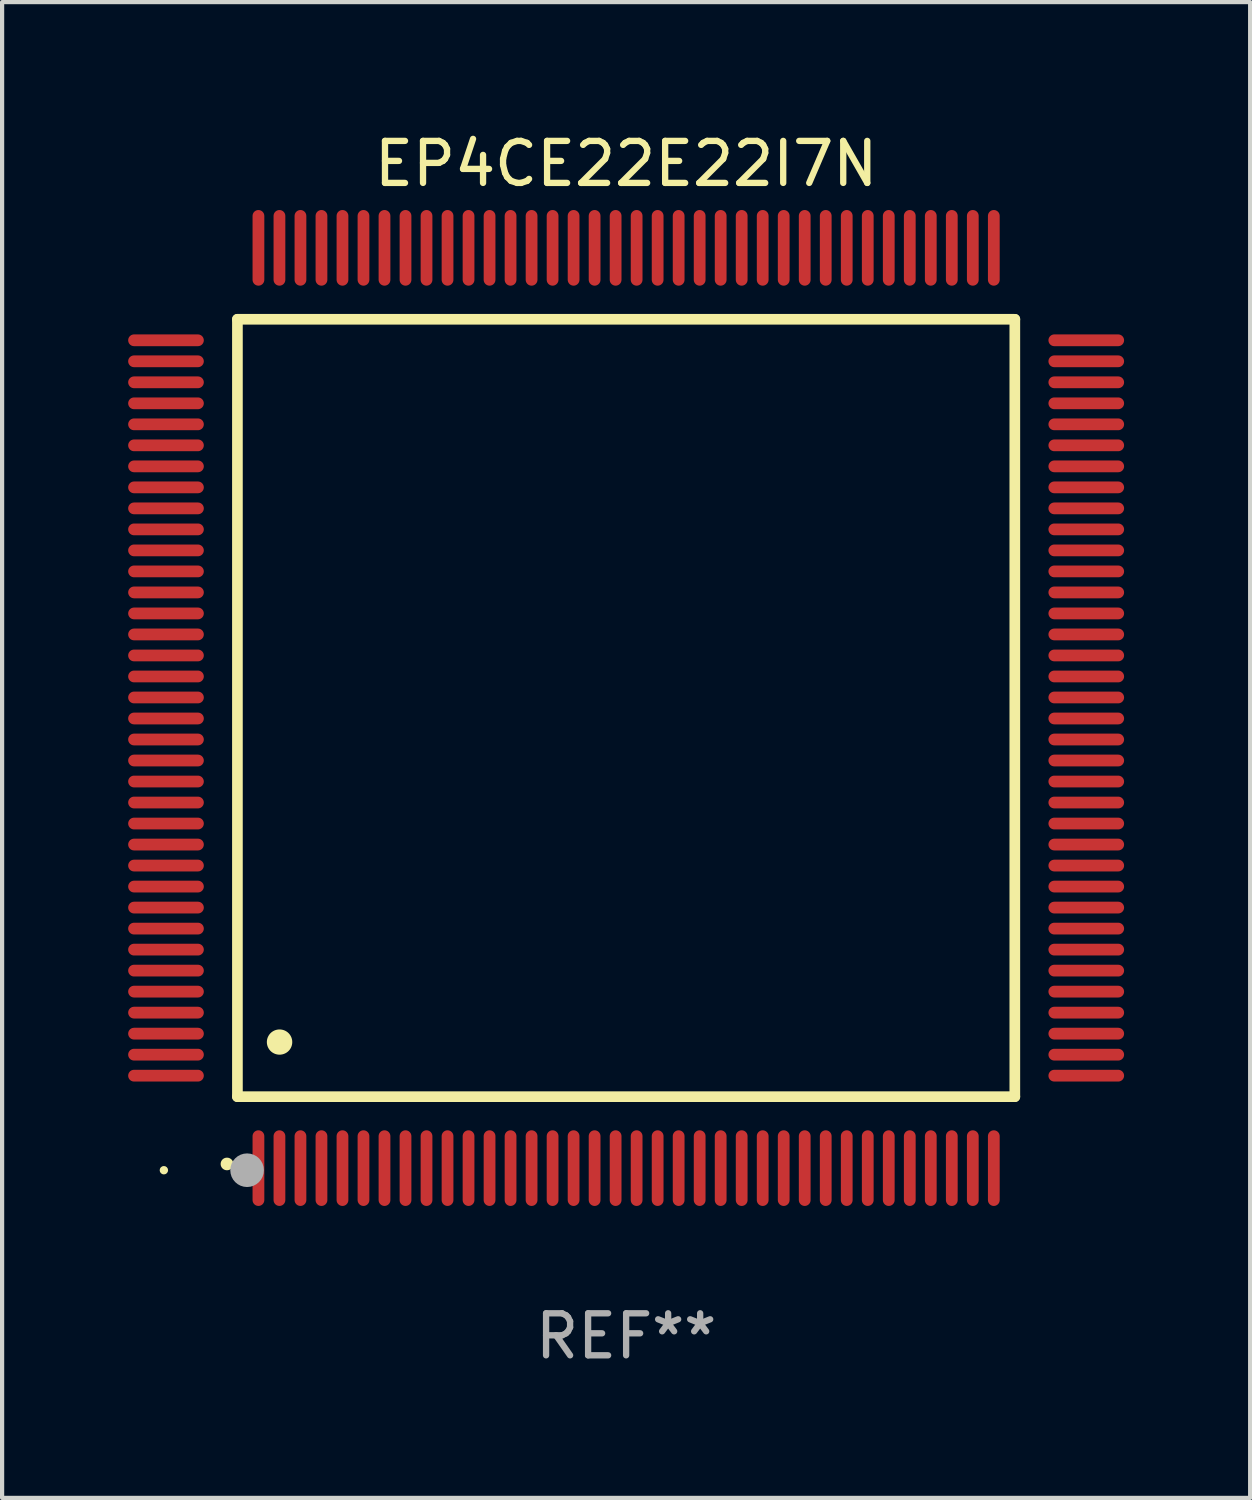
<source format=kicad_pcb>
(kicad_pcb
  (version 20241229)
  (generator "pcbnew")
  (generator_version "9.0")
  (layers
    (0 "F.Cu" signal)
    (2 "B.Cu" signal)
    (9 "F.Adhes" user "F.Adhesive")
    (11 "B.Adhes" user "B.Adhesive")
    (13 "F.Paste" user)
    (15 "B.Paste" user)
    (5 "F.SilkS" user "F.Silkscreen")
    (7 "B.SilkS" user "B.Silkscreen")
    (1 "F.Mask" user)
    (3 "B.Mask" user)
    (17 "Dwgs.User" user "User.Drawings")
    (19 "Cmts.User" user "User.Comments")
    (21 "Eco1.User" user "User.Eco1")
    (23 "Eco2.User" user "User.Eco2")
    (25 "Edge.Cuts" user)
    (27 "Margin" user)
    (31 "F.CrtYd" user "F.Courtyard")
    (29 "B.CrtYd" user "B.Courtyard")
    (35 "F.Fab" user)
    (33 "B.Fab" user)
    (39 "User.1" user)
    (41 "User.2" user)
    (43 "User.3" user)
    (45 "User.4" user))
  (footprint "EP4CE22E22I7N"
    (layer "F.Cu")
    (at 11.85 13.798)
    (property "Reference" "EP4CE22E22I7N" (at 0 -12.95 0) (layer "F.SilkS") (effects (font (size 1 1) (thickness 0.15))))
    (attr through_hole)
    (fp_line (start -9.25 -9.25) (end -9.25 9.25) (stroke (width 0.254) (type solid)) (layer "F.SilkS"))
    (fp_line (start -9.25 9.25) (end 9.25 9.25) (stroke (width 0.254) (type solid)) (layer "F.SilkS"))
    (fp_line (start 9.25 -9.25) (end -9.25 -9.25) (stroke (width 0.254) (type solid)) (layer "F.SilkS"))
    (fp_line (start 9.25 9.25) (end 9.25 -9.25) (stroke (width 0.254) (type solid)) (layer "F.SilkS"))
    (fp_arc (start -9.499619 10.850902) (mid -9.498349 10.850897) (end -9.497079 10.850902) (stroke (width 0.3) (type solid)) (layer "F.SilkS"))
    (fp_arc (start -8.249936 7.950216) (mid -8.247396 7.950205) (end -8.244856 7.950216) (stroke (width 0.6) (type solid)) (layer "F.SilkS"))
    (fp_circle (center -11 11) (end -10.95 11) (stroke (width 0.1) (type solid)) (fill no) (layer "F.SilkS"))
    (fp_circle (center -9.02 11) (end -8.82 11) (stroke (width 0.4) (type solid)) (fill no) (layer "F.Fab"))
    (fp_text user "REF**" (at 0 14.95 0) (layer "F.Fab") (effects (font (size 1 1) (thickness 0.15))))
    (pad "1" smd oval (at -8.75 10.95) (size 0.28 1.8) (layers "F.Cu" "F.Mask" "F.Paste"))
    (pad "2" smd oval (at -8.25 10.95) (size 0.28 1.8) (layers "F.Cu" "F.Mask" "F.Paste"))
    (pad "3" smd oval (at -7.75 10.95) (size 0.28 1.8) (layers "F.Cu" "F.Mask" "F.Paste"))
    (pad "4" smd oval (at -7.25 10.95) (size 0.28 1.8) (layers "F.Cu" "F.Mask" "F.Paste"))
    (pad "5" smd oval (at -6.75 10.95) (size 0.28 1.8) (layers "F.Cu" "F.Mask" "F.Paste"))
    (pad "6" smd oval (at -6.25 10.95) (size 0.28 1.8) (layers "F.Cu" "F.Mask" "F.Paste"))
    (pad "7" smd oval (at -5.75 10.95) (size 0.28 1.8) (layers "F.Cu" "F.Mask" "F.Paste"))
    (pad "8" smd oval (at -5.25 10.95) (size 0.28 1.8) (layers "F.Cu" "F.Mask" "F.Paste"))
    (pad "9" smd oval (at -4.75 10.95) (size 0.28 1.8) (layers "F.Cu" "F.Mask" "F.Paste"))
    (pad "10" smd oval (at -4.25 10.95) (size 0.28 1.8) (layers "F.Cu" "F.Mask" "F.Paste"))
    (pad "11" smd oval (at -3.75 10.95) (size 0.28 1.8) (layers "F.Cu" "F.Mask" "F.Paste"))
    (pad "12" smd oval (at -3.25 10.95) (size 0.28 1.8) (layers "F.Cu" "F.Mask" "F.Paste"))
    (pad "13" smd oval (at -2.75 10.95) (size 0.28 1.8) (layers "F.Cu" "F.Mask" "F.Paste"))
    (pad "14" smd oval (at -2.25 10.95) (size 0.28 1.8) (layers "F.Cu" "F.Mask" "F.Paste"))
    (pad "15" smd oval (at -1.75 10.95) (size 0.28 1.8) (layers "F.Cu" "F.Mask" "F.Paste"))
    (pad "16" smd oval (at -1.25 10.95) (size 0.28 1.8) (layers "F.Cu" "F.Mask" "F.Paste"))
    (pad "17" smd oval (at -0.75 10.95) (size 0.28 1.8) (layers "F.Cu" "F.Mask" "F.Paste"))
    (pad "18" smd oval (at -0.25 10.95) (size 0.28 1.8) (layers "F.Cu" "F.Mask" "F.Paste"))
    (pad "19" smd oval (at 0.25 10.95) (size 0.28 1.8) (layers "F.Cu" "F.Mask" "F.Paste"))
    (pad "20" smd oval (at 0.75 10.95) (size 0.28 1.8) (layers "F.Cu" "F.Mask" "F.Paste"))
    (pad "21" smd oval (at 1.25 10.95) (size 0.28 1.8) (layers "F.Cu" "F.Mask" "F.Paste"))
    (pad "22" smd oval (at 1.75 10.95) (size 0.28 1.8) (layers "F.Cu" "F.Mask" "F.Paste"))
    (pad "23" smd oval (at 2.25 10.95) (size 0.28 1.8) (layers "F.Cu" "F.Mask" "F.Paste"))
    (pad "24" smd oval (at 2.75 10.95) (size 0.28 1.8) (layers "F.Cu" "F.Mask" "F.Paste"))
    (pad "25" smd oval (at 3.25 10.95) (size 0.28 1.8) (layers "F.Cu" "F.Mask" "F.Paste"))
    (pad "26" smd oval (at 3.75 10.95) (size 0.28 1.8) (layers "F.Cu" "F.Mask" "F.Paste"))
    (pad "27" smd oval (at 4.25 10.95) (size 0.28 1.8) (layers "F.Cu" "F.Mask" "F.Paste"))
    (pad "28" smd oval (at 4.75 10.95) (size 0.28 1.8) (layers "F.Cu" "F.Mask" "F.Paste"))
    (pad "29" smd oval (at 5.25 10.95) (size 0.28 1.8) (layers "F.Cu" "F.Mask" "F.Paste"))
    (pad "30" smd oval (at 5.75 10.95) (size 0.28 1.8) (layers "F.Cu" "F.Mask" "F.Paste"))
    (pad "31" smd oval (at 6.25 10.95) (size 0.28 1.8) (layers "F.Cu" "F.Mask" "F.Paste"))
    (pad "32" smd oval (at 6.75 10.95) (size 0.28 1.8) (layers "F.Cu" "F.Mask" "F.Paste"))
    (pad "33" smd oval (at 7.25 10.95) (size 0.28 1.8) (layers "F.Cu" "F.Mask" "F.Paste"))
    (pad "34" smd oval (at 7.75 10.95) (size 0.28 1.8) (layers "F.Cu" "F.Mask" "F.Paste"))
    (pad "35" smd oval (at 8.25 10.95) (size 0.28 1.8) (layers "F.Cu" "F.Mask" "F.Paste"))
    (pad "36" smd oval (at 8.75 10.95) (size 0.28 1.8) (layers "F.Cu" "F.Mask" "F.Paste"))
    (pad "37" smd oval (at 10.95 8.75) (size 1.8 0.28) (layers "F.Cu" "F.Mask" "F.Paste"))
    (pad "38" smd oval (at 10.95 8.25) (size 1.8 0.28) (layers "F.Cu" "F.Mask" "F.Paste"))
    (pad "39" smd oval (at 10.95 7.75) (size 1.8 0.28) (layers "F.Cu" "F.Mask" "F.Paste"))
    (pad "40" smd oval (at 10.95 7.25) (size 1.8 0.28) (layers "F.Cu" "F.Mask" "F.Paste"))
    (pad "41" smd oval (at 10.95 6.75) (size 1.8 0.28) (layers "F.Cu" "F.Mask" "F.Paste"))
    (pad "42" smd oval (at 10.95 6.25) (size 1.8 0.28) (layers "F.Cu" "F.Mask" "F.Paste"))
    (pad "43" smd oval (at 10.95 5.75) (size 1.8 0.28) (layers "F.Cu" "F.Mask" "F.Paste"))
    (pad "44" smd oval (at 10.95 5.25) (size 1.8 0.28) (layers "F.Cu" "F.Mask" "F.Paste"))
    (pad "45" smd oval (at 10.95 4.75) (size 1.8 0.28) (layers "F.Cu" "F.Mask" "F.Paste"))
    (pad "46" smd oval (at 10.95 4.25) (size 1.8 0.28) (layers "F.Cu" "F.Mask" "F.Paste"))
    (pad "47" smd oval (at 10.95 3.75) (size 1.8 0.28) (layers "F.Cu" "F.Mask" "F.Paste"))
    (pad "48" smd oval (at 10.95 3.25) (size 1.8 0.28) (layers "F.Cu" "F.Mask" "F.Paste"))
    (pad "49" smd oval (at 10.95 2.75) (size 1.8 0.28) (layers "F.Cu" "F.Mask" "F.Paste"))
    (pad "50" smd oval (at 10.95 2.25) (size 1.8 0.28) (layers "F.Cu" "F.Mask" "F.Paste"))
    (pad "51" smd oval (at 10.95 1.75) (size 1.8 0.28) (layers "F.Cu" "F.Mask" "F.Paste"))
    (pad "52" smd oval (at 10.95 1.25) (size 1.8 0.28) (layers "F.Cu" "F.Mask" "F.Paste"))
    (pad "53" smd oval (at 10.95 0.75) (size 1.8 0.28) (layers "F.Cu" "F.Mask" "F.Paste"))
    (pad "54" smd oval (at 10.95 0.25) (size 1.8 0.28) (layers "F.Cu" "F.Mask" "F.Paste"))
    (pad "55" smd oval (at 10.95 -0.25) (size 1.8 0.28) (layers "F.Cu" "F.Mask" "F.Paste"))
    (pad "56" smd oval (at 10.95 -0.75) (size 1.8 0.28) (layers "F.Cu" "F.Mask" "F.Paste"))
    (pad "57" smd oval (at 10.95 -1.25) (size 1.8 0.28) (layers "F.Cu" "F.Mask" "F.Paste"))
    (pad "58" smd oval (at 10.95 -1.75) (size 1.8 0.28) (layers "F.Cu" "F.Mask" "F.Paste"))
    (pad "59" smd oval (at 10.95 -2.25) (size 1.8 0.28) (layers "F.Cu" "F.Mask" "F.Paste"))
    (pad "60" smd oval (at 10.95 -2.75) (size 1.8 0.28) (layers "F.Cu" "F.Mask" "F.Paste"))
    (pad "61" smd oval (at 10.95 -3.25) (size 1.8 0.28) (layers "F.Cu" "F.Mask" "F.Paste"))
    (pad "62" smd oval (at 10.95 -3.75) (size 1.8 0.28) (layers "F.Cu" "F.Mask" "F.Paste"))
    (pad "63" smd oval (at 10.95 -4.25) (size 1.8 0.28) (layers "F.Cu" "F.Mask" "F.Paste"))
    (pad "64" smd oval (at 10.95 -4.75) (size 1.8 0.28) (layers "F.Cu" "F.Mask" "F.Paste"))
    (pad "65" smd oval (at 10.95 -5.25) (size 1.8 0.28) (layers "F.Cu" "F.Mask" "F.Paste"))
    (pad "66" smd oval (at 10.95 -5.75) (size 1.8 0.28) (layers "F.Cu" "F.Mask" "F.Paste"))
    (pad "67" smd oval (at 10.95 -6.25) (size 1.8 0.28) (layers "F.Cu" "F.Mask" "F.Paste"))
    (pad "68" smd oval (at 10.95 -6.75) (size 1.8 0.28) (layers "F.Cu" "F.Mask" "F.Paste"))
    (pad "69" smd oval (at 10.95 -7.25) (size 1.8 0.28) (layers "F.Cu" "F.Mask" "F.Paste"))
    (pad "70" smd oval (at 10.95 -7.75) (size 1.8 0.28) (layers "F.Cu" "F.Mask" "F.Paste"))
    (pad "71" smd oval (at 10.95 -8.25) (size 1.8 0.28) (layers "F.Cu" "F.Mask" "F.Paste"))
    (pad "72" smd oval (at 10.95 -8.75) (size 1.8 0.28) (layers "F.Cu" "F.Mask" "F.Paste"))
    (pad "73" smd oval (at 8.75 -10.95) (size 0.28 1.8) (layers "F.Cu" "F.Mask" "F.Paste"))
    (pad "74" smd oval (at 8.25 -10.95) (size 0.28 1.8) (layers "F.Cu" "F.Mask" "F.Paste"))
    (pad "75" smd oval (at 7.75 -10.95) (size 0.28 1.8) (layers "F.Cu" "F.Mask" "F.Paste"))
    (pad "76" smd oval (at 7.25 -10.95) (size 0.28 1.8) (layers "F.Cu" "F.Mask" "F.Paste"))
    (pad "77" smd oval (at 6.75 -10.95) (size 0.28 1.8) (layers "F.Cu" "F.Mask" "F.Paste"))
    (pad "78" smd oval (at 6.25 -10.95) (size 0.28 1.8) (layers "F.Cu" "F.Mask" "F.Paste"))
    (pad "79" smd oval (at 5.75 -10.95) (size 0.28 1.8) (layers "F.Cu" "F.Mask" "F.Paste"))
    (pad "80" smd oval (at 5.25 -10.95) (size 0.28 1.8) (layers "F.Cu" "F.Mask" "F.Paste"))
    (pad "81" smd oval (at 4.75 -10.95) (size 0.28 1.8) (layers "F.Cu" "F.Mask" "F.Paste"))
    (pad "82" smd oval (at 4.25 -10.95) (size 0.28 1.8) (layers "F.Cu" "F.Mask" "F.Paste"))
    (pad "83" smd oval (at 3.75 -10.95) (size 0.28 1.8) (layers "F.Cu" "F.Mask" "F.Paste"))
    (pad "84" smd oval (at 3.25 -10.95) (size 0.28 1.8) (layers "F.Cu" "F.Mask" "F.Paste"))
    (pad "85" smd oval (at 2.75 -10.95) (size 0.28 1.8) (layers "F.Cu" "F.Mask" "F.Paste"))
    (pad "86" smd oval (at 2.25 -10.95) (size 0.28 1.8) (layers "F.Cu" "F.Mask" "F.Paste"))
    (pad "87" smd oval (at 1.75 -10.95) (size 0.28 1.8) (layers "F.Cu" "F.Mask" "F.Paste"))
    (pad "88" smd oval (at 1.25 -10.95) (size 0.28 1.8) (layers "F.Cu" "F.Mask" "F.Paste"))
    (pad "89" smd oval (at 0.75 -10.95) (size 0.28 1.8) (layers "F.Cu" "F.Mask" "F.Paste"))
    (pad "90" smd oval (at 0.25 -10.95) (size 0.28 1.8) (layers "F.Cu" "F.Mask" "F.Paste"))
    (pad "91" smd oval (at -0.25 -10.95) (size 0.28 1.8) (layers "F.Cu" "F.Mask" "F.Paste"))
    (pad "92" smd oval (at -0.75 -10.95) (size 0.28 1.8) (layers "F.Cu" "F.Mask" "F.Paste"))
    (pad "93" smd oval (at -1.25 -10.95) (size 0.28 1.8) (layers "F.Cu" "F.Mask" "F.Paste"))
    (pad "94" smd oval (at -1.75 -10.95) (size 0.28 1.8) (layers "F.Cu" "F.Mask" "F.Paste"))
    (pad "95" smd oval (at -2.25 -10.95) (size 0.28 1.8) (layers "F.Cu" "F.Mask" "F.Paste"))
    (pad "96" smd oval (at -2.75 -10.95) (size 0.28 1.8) (layers "F.Cu" "F.Mask" "F.Paste"))
    (pad "97" smd oval (at -3.25 -10.95) (size 0.28 1.8) (layers "F.Cu" "F.Mask" "F.Paste"))
    (pad "98" smd oval (at -3.75 -10.95) (size 0.28 1.8) (layers "F.Cu" "F.Mask" "F.Paste"))
    (pad "99" smd oval (at -4.25 -10.95) (size 0.28 1.8) (layers "F.Cu" "F.Mask" "F.Paste"))
    (pad "100" smd oval (at -4.75 -10.95) (size 0.28 1.8) (layers "F.Cu" "F.Mask" "F.Paste"))
    (pad "101" smd oval (at -5.25 -10.95) (size 0.28 1.8) (layers "F.Cu" "F.Mask" "F.Paste"))
    (pad "102" smd oval (at -5.75 -10.95) (size 0.28 1.8) (layers "F.Cu" "F.Mask" "F.Paste"))
    (pad "103" smd oval (at -6.25 -10.95) (size 0.28 1.8) (layers "F.Cu" "F.Mask" "F.Paste"))
    (pad "104" smd oval (at -6.75 -10.95) (size 0.28 1.8) (layers "F.Cu" "F.Mask" "F.Paste"))
    (pad "105" smd oval (at -7.25 -10.95) (size 0.28 1.8) (layers "F.Cu" "F.Mask" "F.Paste"))
    (pad "106" smd oval (at -7.75 -10.95) (size 0.28 1.8) (layers "F.Cu" "F.Mask" "F.Paste"))
    (pad "107" smd oval (at -8.25 -10.95) (size 0.28 1.8) (layers "F.Cu" "F.Mask" "F.Paste"))
    (pad "108" smd oval (at -8.75 -10.95) (size 0.28 1.8) (layers "F.Cu" "F.Mask" "F.Paste"))
    (pad "109" smd oval (at -10.95 -8.75) (size 1.8 0.28) (layers "F.Cu" "F.Mask" "F.Paste"))
    (pad "110" smd oval (at -10.95 -8.25) (size 1.8 0.28) (layers "F.Cu" "F.Mask" "F.Paste"))
    (pad "111" smd oval (at -10.95 -7.75) (size 1.8 0.28) (layers "F.Cu" "F.Mask" "F.Paste"))
    (pad "112" smd oval (at -10.95 -7.25) (size 1.8 0.28) (layers "F.Cu" "F.Mask" "F.Paste"))
    (pad "113" smd oval (at -10.95 -6.75) (size 1.8 0.28) (layers "F.Cu" "F.Mask" "F.Paste"))
    (pad "114" smd oval (at -10.95 -6.25) (size 1.8 0.28) (layers "F.Cu" "F.Mask" "F.Paste"))
    (pad "115" smd oval (at -10.95 -5.75) (size 1.8 0.28) (layers "F.Cu" "F.Mask" "F.Paste"))
    (pad "116" smd oval (at -10.95 -5.25) (size 1.8 0.28) (layers "F.Cu" "F.Mask" "F.Paste"))
    (pad "117" smd oval (at -10.95 -4.75) (size 1.8 0.28) (layers "F.Cu" "F.Mask" "F.Paste"))
    (pad "118" smd oval (at -10.95 -4.25) (size 1.8 0.28) (layers "F.Cu" "F.Mask" "F.Paste"))
    (pad "119" smd oval (at -10.95 -3.75) (size 1.8 0.28) (layers "F.Cu" "F.Mask" "F.Paste"))
    (pad "120" smd oval (at -10.95 -3.25) (size 1.8 0.28) (layers "F.Cu" "F.Mask" "F.Paste"))
    (pad "121" smd oval (at -10.95 -2.75) (size 1.8 0.28) (layers "F.Cu" "F.Mask" "F.Paste"))
    (pad "122" smd oval (at -10.95 -2.25) (size 1.8 0.28) (layers "F.Cu" "F.Mask" "F.Paste"))
    (pad "123" smd oval (at -10.95 -1.75) (size 1.8 0.28) (layers "F.Cu" "F.Mask" "F.Paste"))
    (pad "124" smd oval (at -10.95 -1.25) (size 1.8 0.28) (layers "F.Cu" "F.Mask" "F.Paste"))
    (pad "125" smd oval (at -10.95 -0.75) (size 1.8 0.28) (layers "F.Cu" "F.Mask" "F.Paste"))
    (pad "126" smd oval (at -10.95 -0.25) (size 1.8 0.28) (layers "F.Cu" "F.Mask" "F.Paste"))
    (pad "127" smd oval (at -10.95 0.25) (size 1.8 0.28) (layers "F.Cu" "F.Mask" "F.Paste"))
    (pad "128" smd oval (at -10.95 0.75) (size 1.8 0.28) (layers "F.Cu" "F.Mask" "F.Paste"))
    (pad "129" smd oval (at -10.95 1.25) (size 1.8 0.28) (layers "F.Cu" "F.Mask" "F.Paste"))
    (pad "130" smd oval (at -10.95 1.75) (size 1.8 0.28) (layers "F.Cu" "F.Mask" "F.Paste"))
    (pad "131" smd oval (at -10.95 2.25) (size 1.8 0.28) (layers "F.Cu" "F.Mask" "F.Paste"))
    (pad "132" smd oval (at -10.95 2.75) (size 1.8 0.28) (layers "F.Cu" "F.Mask" "F.Paste"))
    (pad "133" smd oval (at -10.95 3.25) (size 1.8 0.28) (layers "F.Cu" "F.Mask" "F.Paste"))
    (pad "134" smd oval (at -10.95 3.75) (size 1.8 0.28) (layers "F.Cu" "F.Mask" "F.Paste"))
    (pad "135" smd oval (at -10.95 4.25) (size 1.8 0.28) (layers "F.Cu" "F.Mask" "F.Paste"))
    (pad "136" smd oval (at -10.95 4.75) (size 1.8 0.28) (layers "F.Cu" "F.Mask" "F.Paste"))
    (pad "137" smd oval (at -10.95 5.25) (size 1.8 0.28) (layers "F.Cu" "F.Mask" "F.Paste"))
    (pad "138" smd oval (at -10.95 5.75) (size 1.8 0.28) (layers "F.Cu" "F.Mask" "F.Paste"))
    (pad "139" smd oval (at -10.95 6.25) (size 1.8 0.28) (layers "F.Cu" "F.Mask" "F.Paste"))
    (pad "140" smd oval (at -10.95 6.75) (size 1.8 0.28) (layers "F.Cu" "F.Mask" "F.Paste"))
    (pad "141" smd oval (at -10.95 7.25) (size 1.8 0.28) (layers "F.Cu" "F.Mask" "F.Paste"))
    (pad "142" smd oval (at -10.95 7.75) (size 1.8 0.28) (layers "F.Cu" "F.Mask" "F.Paste"))
    (pad "143" smd oval (at -10.95 8.25) (size 1.8 0.28) (layers "F.Cu" "F.Mask" "F.Paste"))
    (pad "144" smd oval (at -10.95 8.75) (size 1.8 0.28) (layers "F.Cu" "F.Mask" "F.Paste")))
  (gr_rect
    (start -3 -3)
    (end 26.7 32.596)
    (stroke (width 0.1) (type default))
    (fill no)
    (layer "Edge.Cuts")))
</source>
